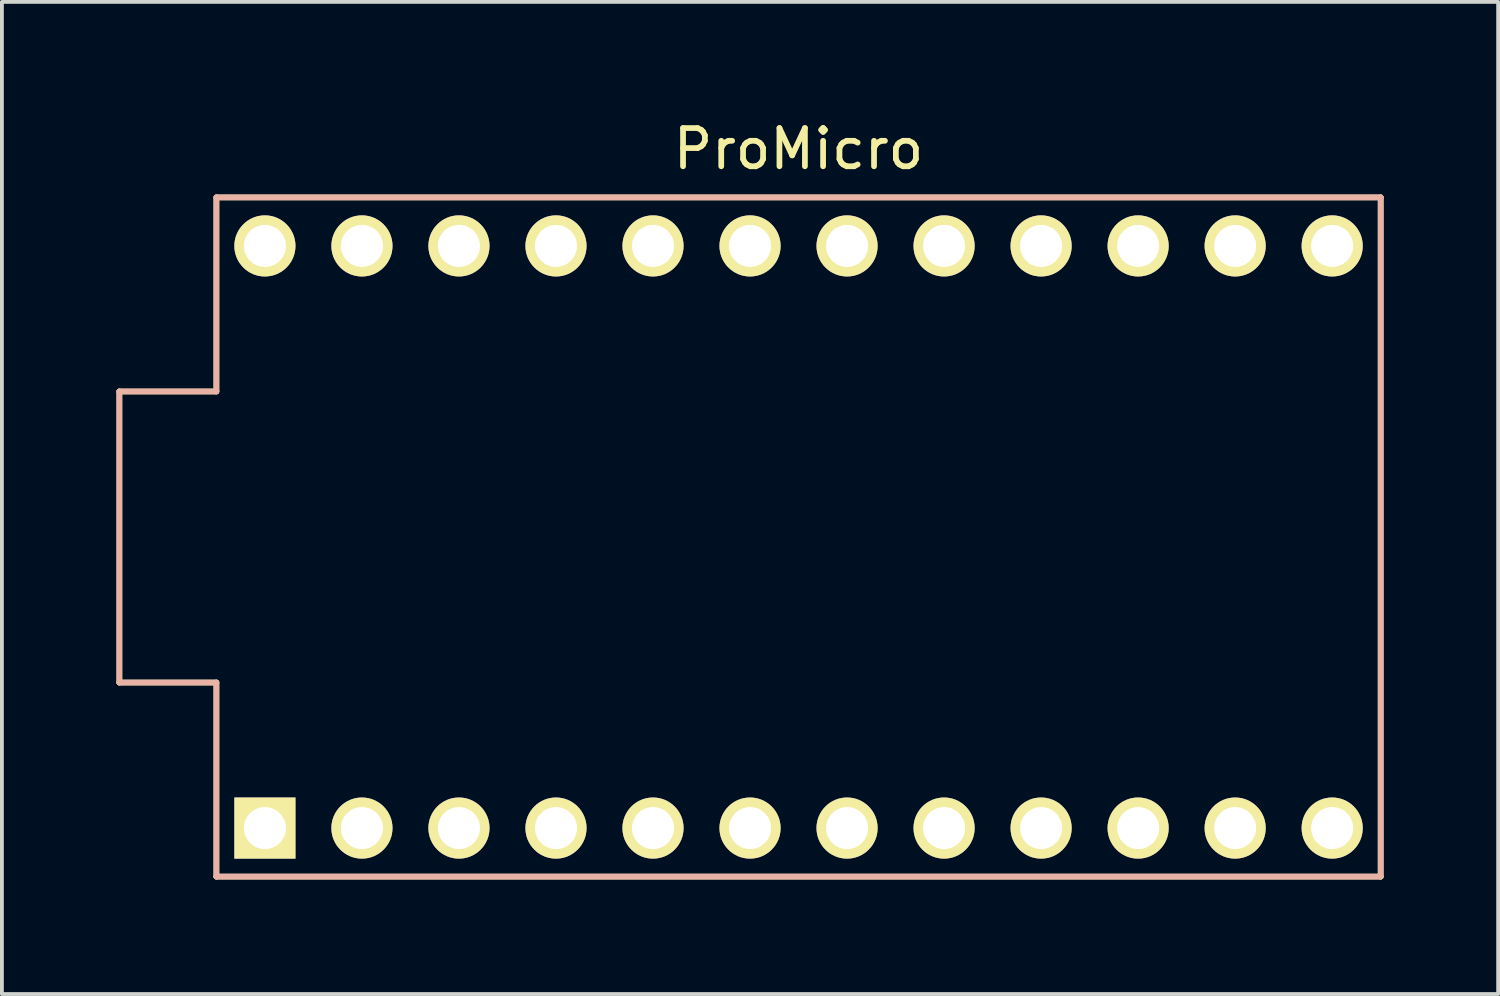
<source format=kicad_pcb>
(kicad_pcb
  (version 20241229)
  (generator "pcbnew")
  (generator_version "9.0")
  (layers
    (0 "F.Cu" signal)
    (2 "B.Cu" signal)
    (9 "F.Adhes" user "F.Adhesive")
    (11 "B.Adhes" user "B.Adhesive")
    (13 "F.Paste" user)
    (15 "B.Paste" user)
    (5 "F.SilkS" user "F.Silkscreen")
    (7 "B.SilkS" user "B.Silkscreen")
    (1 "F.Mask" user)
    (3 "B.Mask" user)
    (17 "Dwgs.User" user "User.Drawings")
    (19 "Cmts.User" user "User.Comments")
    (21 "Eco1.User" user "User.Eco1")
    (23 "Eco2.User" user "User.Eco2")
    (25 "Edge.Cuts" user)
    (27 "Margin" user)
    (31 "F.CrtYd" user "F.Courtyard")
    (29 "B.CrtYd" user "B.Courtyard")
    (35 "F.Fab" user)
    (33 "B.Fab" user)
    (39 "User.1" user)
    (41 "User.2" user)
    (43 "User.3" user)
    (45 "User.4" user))
  (footprint "ProMicro"
    (layer "F.Cu")
    (at 17.855 11.008)
    (property "Reference" "ProMicro" (at 0 -10.16 0) (layer "F.SilkS") (effects (font (size 1 1) (thickness 0.15))))
    (attr through_hole)
    (fp_line (start -17.78 -3.81) (end -15.24 -3.81) (stroke (width 0.15) (type solid)) (layer "F.SilkS"))
    (fp_line (start -17.78 3.81) (end -17.78 -3.81) (stroke (width 0.15) (type solid)) (layer "F.SilkS"))
    (fp_line (start -15.24 -8.89) (end 15.24 -8.89) (stroke (width 0.15) (type solid)) (layer "F.SilkS"))
    (fp_line (start -15.24 -3.81) (end -15.24 -8.89) (stroke (width 0.15) (type solid)) (layer "F.SilkS"))
    (fp_line (start -15.24 3.81) (end -17.78 3.81) (stroke (width 0.15) (type solid)) (layer "F.SilkS"))
    (fp_line (start -15.24 8.89) (end -15.24 3.81) (stroke (width 0.15) (type solid)) (layer "F.SilkS"))
    (fp_line (start -15.24 8.89) (end 15.24 8.89) (stroke (width 0.15) (type solid)) (layer "F.SilkS"))
    (fp_line (start 15.24 -8.89) (end 15.24 8.89) (stroke (width 0.15) (type solid)) (layer "F.SilkS"))
    (fp_line (start -17.78 -3.81) (end -15.24 -3.81) (stroke (width 0.15) (type solid)) (layer "B.SilkS"))
    (fp_line (start -17.78 3.81) (end -17.78 -3.81) (stroke (width 0.15) (type solid)) (layer "B.SilkS"))
    (fp_line (start -15.24 -8.89) (end 15.24 -8.89) (stroke (width 0.15) (type solid)) (layer "B.SilkS"))
    (fp_line (start -15.24 -3.81) (end -15.24 -8.89) (stroke (width 0.15) (type solid)) (layer "B.SilkS"))
    (fp_line (start -15.24 3.81) (end -17.78 3.81) (stroke (width 0.15) (type solid)) (layer "B.SilkS"))
    (fp_line (start -15.24 8.89) (end -15.24 3.81) (stroke (width 0.15) (type solid)) (layer "B.SilkS"))
    (fp_line (start 15.24 -8.89) (end 15.24 8.89) (stroke (width 0.15) (type solid)) (layer "B.SilkS"))
    (fp_line (start 15.24 8.89) (end -15.24 8.89) (stroke (width 0.15) (type solid)) (layer "B.SilkS"))
    (pad "1" thru_hole rect (at -13.97 7.62) (size 1.6 1.6) (drill 1.1) (layers "*.Cu" "*.Mask" "F.SilkS"))
    (pad "2" thru_hole circle (at -11.43 7.62) (size 1.6 1.6) (drill 1.1) (layers "*.Cu" "*.Mask" "F.SilkS"))
    (pad "3" thru_hole circle (at -8.89 7.62) (size 1.6 1.6) (drill 1.1) (layers "*.Cu" "*.Mask" "F.SilkS"))
    (pad "4" thru_hole circle (at -6.35 7.62) (size 1.6 1.6) (drill 1.1) (layers "*.Cu" "*.Mask" "F.SilkS"))
    (pad "5" thru_hole circle (at -3.81 7.62) (size 1.6 1.6) (drill 1.1) (layers "*.Cu" "*.Mask" "F.SilkS"))
    (pad "6" thru_hole circle (at -1.27 7.62) (size 1.6 1.6) (drill 1.1) (layers "*.Cu" "*.Mask" "F.SilkS"))
    (pad "7" thru_hole circle (at 1.27 7.62) (size 1.6 1.6) (drill 1.1) (layers "*.Cu" "*.Mask" "F.SilkS"))
    (pad "8" thru_hole circle (at 3.81 7.62) (size 1.6 1.6) (drill 1.1) (layers "*.Cu" "*.Mask" "F.SilkS"))
    (pad "9" thru_hole circle (at 6.35 7.62) (size 1.6 1.6) (drill 1.1) (layers "*.Cu" "*.Mask" "F.SilkS"))
    (pad "10" thru_hole circle (at 8.89 7.62) (size 1.6 1.6) (drill 1.1) (layers "*.Cu" "*.Mask" "F.SilkS"))
    (pad "11" thru_hole circle (at 11.43 7.62) (size 1.6 1.6) (drill 1.1) (layers "*.Cu" "*.Mask" "F.SilkS"))
    (pad "12" thru_hole circle (at 13.97 7.62) (size 1.6 1.6) (drill 1.1) (layers "*.Cu" "*.Mask" "F.SilkS"))
    (pad "13" thru_hole circle (at 13.97 -7.62) (size 1.6 1.6) (drill 1.1) (layers "*.Cu" "*.Mask" "F.SilkS"))
    (pad "14" thru_hole circle (at 11.43 -7.62) (size 1.6 1.6) (drill 1.1) (layers "*.Cu" "*.Mask" "F.SilkS"))
    (pad "15" thru_hole circle (at 8.89 -7.62) (size 1.6 1.6) (drill 1.1) (layers "*.Cu" "*.Mask" "F.SilkS"))
    (pad "16" thru_hole circle (at 6.35 -7.62) (size 1.6 1.6) (drill 1.1) (layers "*.Cu" "*.Mask" "F.SilkS"))
    (pad "17" thru_hole circle (at 3.81 -7.62) (size 1.6 1.6) (drill 1.1) (layers "*.Cu" "*.Mask" "F.SilkS"))
    (pad "18" thru_hole circle (at 1.27 -7.62) (size 1.6 1.6) (drill 1.1) (layers "*.Cu" "*.Mask" "F.SilkS"))
    (pad "19" thru_hole circle (at -1.27 -7.62) (size 1.6 1.6) (drill 1.1) (layers "*.Cu" "*.Mask" "F.SilkS"))
    (pad "20" thru_hole circle (at -3.81 -7.62) (size 1.6 1.6) (drill 1.1) (layers "*.Cu" "*.Mask" "F.SilkS"))
    (pad "21" thru_hole circle (at -6.35 -7.62) (size 1.6 1.6) (drill 1.1) (layers "*.Cu" "*.Mask" "F.SilkS"))
    (pad "22" thru_hole circle (at -8.89 -7.62) (size 1.6 1.6) (drill 1.1) (layers "*.Cu" "*.Mask" "F.SilkS"))
    (pad "23" thru_hole circle (at -11.43 -7.62) (size 1.6 1.6) (drill 1.1) (layers "*.Cu" "*.Mask" "F.SilkS"))
    (pad "24" thru_hole circle (at -13.97 -7.62) (size 1.6 1.6) (drill 1.1) (layers "*.Cu" "*.Mask" "F.SilkS")))
  (gr_rect
    (start -3 -3)
    (end 36.17 22.973)
    (stroke (width 0.1) (type default))
    (fill no)
    (layer "Edge.Cuts")))
</source>
